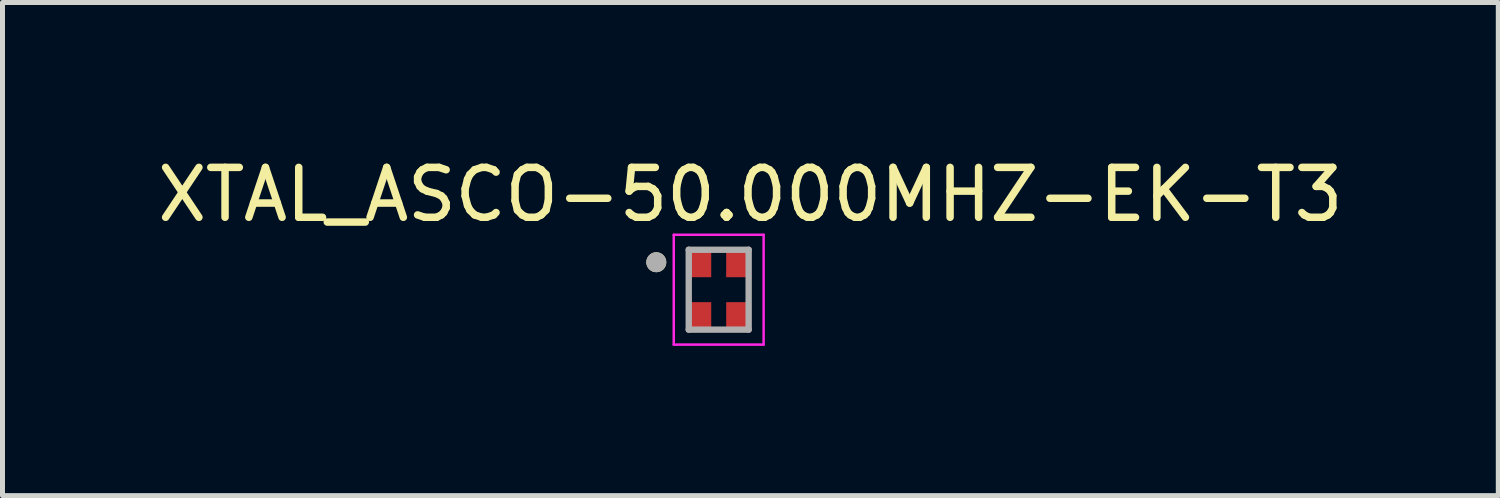
<source format=kicad_pcb>
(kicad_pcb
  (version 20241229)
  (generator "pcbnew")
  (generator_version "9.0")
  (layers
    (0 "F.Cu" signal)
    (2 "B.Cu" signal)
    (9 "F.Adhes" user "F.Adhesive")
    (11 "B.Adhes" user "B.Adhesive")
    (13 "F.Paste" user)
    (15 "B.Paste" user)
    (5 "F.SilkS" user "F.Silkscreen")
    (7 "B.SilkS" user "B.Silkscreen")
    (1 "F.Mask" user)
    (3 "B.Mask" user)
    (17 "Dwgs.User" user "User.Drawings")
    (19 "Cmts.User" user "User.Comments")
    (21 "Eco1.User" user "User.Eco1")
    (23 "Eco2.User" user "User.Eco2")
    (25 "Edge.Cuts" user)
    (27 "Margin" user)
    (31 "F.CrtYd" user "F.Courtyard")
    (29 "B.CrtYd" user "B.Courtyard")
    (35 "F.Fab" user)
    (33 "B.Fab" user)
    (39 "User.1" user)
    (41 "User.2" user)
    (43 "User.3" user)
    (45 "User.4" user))
  (footprint "XTAL_ASCO-50.000MHZ-EK-T3"
    (layer "F.Cu")
    (at 11.347 2.753)
    (property "Reference" "XTAL_ASCO-50.000MHZ-EK-T3" (at 0.635 -1.905 0) (layer "F.SilkS") (effects (font (size 1 1) (thickness 0.15))))
    (attr smd)
    (fp_circle (center -1.25 -0.55) (end -1.15 -0.55) (stroke (width 0.2) (type solid)) (fill no) (layer "F.SilkS"))
    (fp_line (start -0.9 -1.1) (end 0.9 -1.1) (stroke (width 0.05) (type solid)) (layer "F.CrtYd"))
    (fp_line (start -0.9 1.1) (end -0.9 -1.1) (stroke (width 0.05) (type solid)) (layer "F.CrtYd"))
    (fp_line (start 0.9 -1.1) (end 0.9 1.1) (stroke (width 0.05) (type solid)) (layer "F.CrtYd"))
    (fp_line (start 0.9 1.1) (end -0.9 1.1) (stroke (width 0.05) (type solid)) (layer "F.CrtYd"))
    (fp_line (start -0.6 -0.8) (end 0.6 -0.8) (stroke (width 0.127) (type solid)) (layer "F.Fab"))
    (fp_line (start -0.6 0.8) (end -0.6 -0.8) (stroke (width 0.127) (type solid)) (layer "F.Fab"))
    (fp_line (start 0.6 -0.8) (end 0.6 0.8) (stroke (width 0.127) (type solid)) (layer "F.Fab"))
    (fp_line (start 0.6 0.8) (end -0.6 0.8) (stroke (width 0.127) (type solid)) (layer "F.Fab"))
    (fp_circle (center -1.25 -0.55) (end -1.15 -0.55) (stroke (width 0.2) (type solid)) (fill no) (layer "F.Fab"))
    (pad "1" smd rect (at -0.4 -0.55) (size 0.5 0.6) (layers "F.Cu" "F.Mask" "F.Paste"))
    (pad "2" smd rect (at -0.4 0.55) (size 0.5 0.6) (layers "F.Cu" "F.Mask" "F.Paste"))
    (pad "3" smd rect (at 0.4 0.55) (size 0.5 0.6) (layers "F.Cu" "F.Mask" "F.Paste"))
    (pad "4" smd rect (at 0.4 -0.55) (size 0.5 0.6) (layers "F.Cu" "F.Mask" "F.Paste")))
  (gr_rect
    (start -3 -3)
    (end 26.964 6.878)
    (stroke (width 0.1) (type default))
    (fill no)
    (layer "Edge.Cuts")))
</source>
